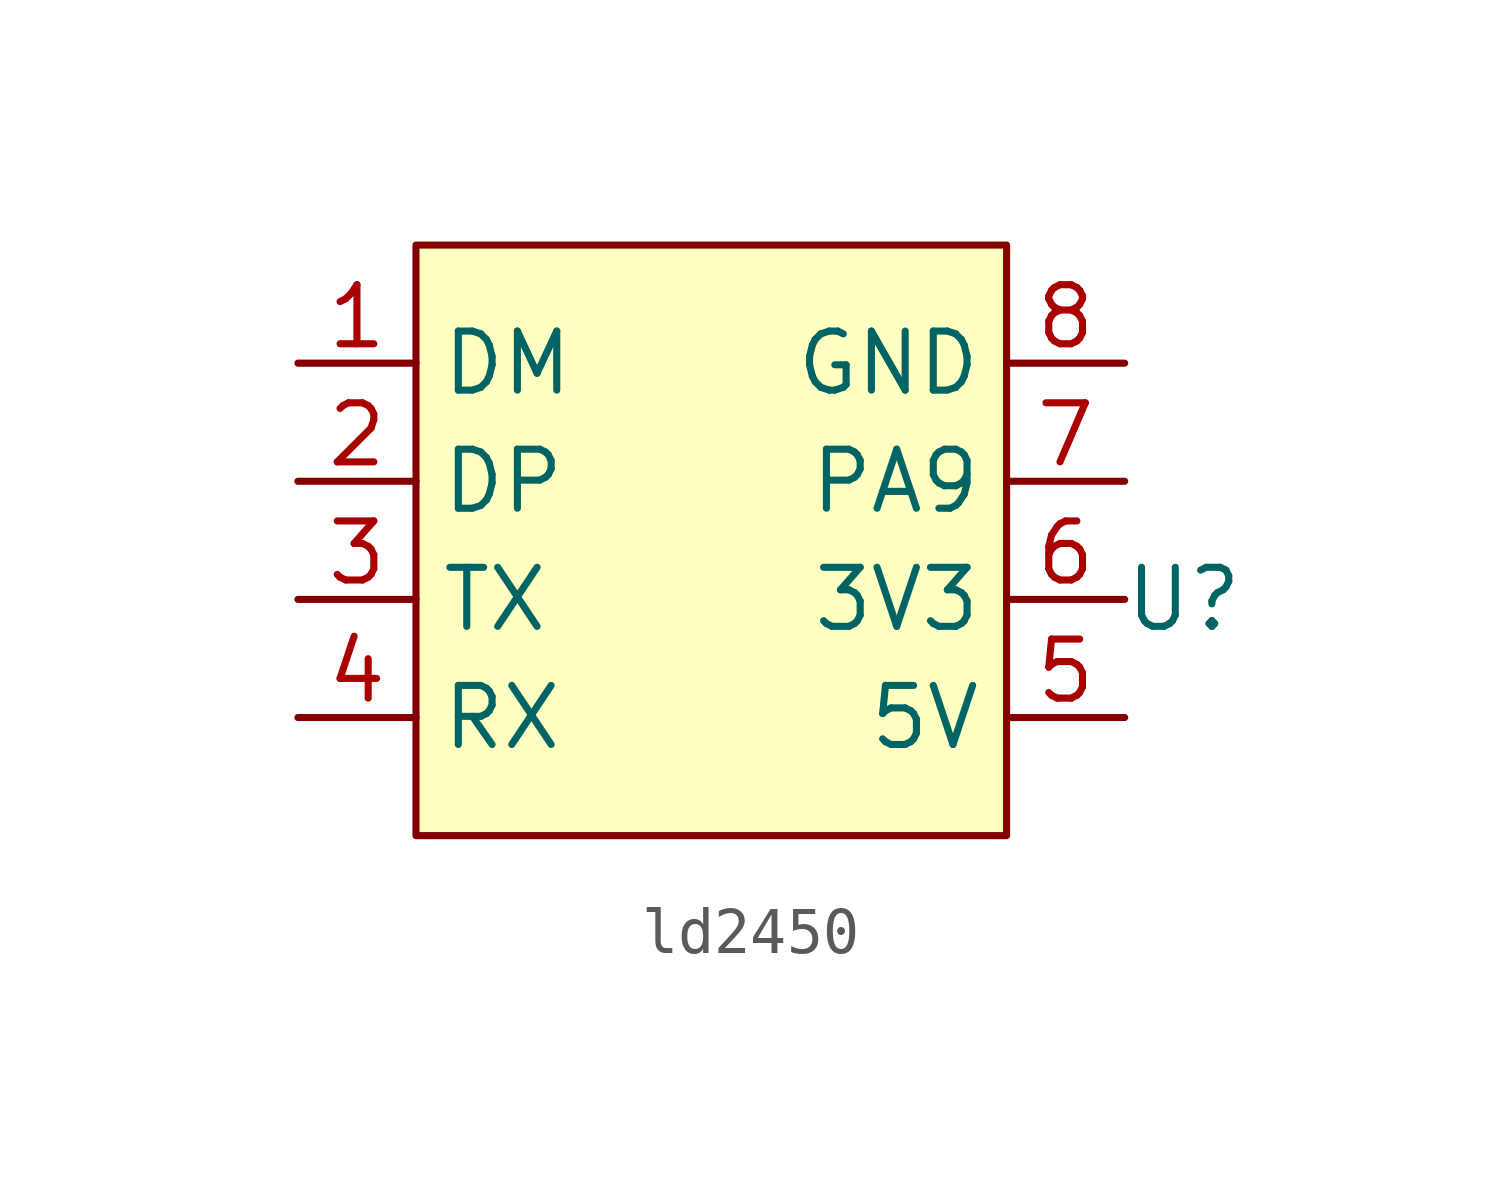
<source format=kicad_sym>
(kicad_symbol_lib
  (version 20220914)
  (generator kicad_symbol_editor)
  (symbol "ld2450"
    (property "Reference" "U"
      (at 10.16 -1.27 0)
      (effects (font (size 1.27 1.27))))
    (property "Value" ""
      (at 10.16 -1.27 0)
      (effects (font (size 1.27 1.27))))
    (symbol "ld2450_1_1"
      (rectangle (start -6.35 6.35) (end 6.35 -6.35) (stroke (width 0) (type default)) (fill (type background)))
      (pin bidirectional line (at -8.89 3.81 0) (length 2.54) (name "DM" (effects (font (size 1.27 1.27)))) (number "1" (effects (font (size 1.27 1.27)))))
      (pin bidirectional line (at -8.89 1.27 0) (length 2.54) (name "DP" (effects (font (size 1.27 1.27)))) (number "2" (effects (font (size 1.27 1.27)))))
      (pin output line (at -8.89 -1.27 0) (length 2.54) (name "TX" (effects (font (size 1.27 1.27)))) (number "3" (effects (font (size 1.27 1.27)))))
      (pin input line (at -8.89 -3.81 0) (length 2.54) (name "RX" (effects (font (size 1.27 1.27)))) (number "4" (effects (font (size 1.27 1.27)))))
      (pin power_in line (at 8.89 -3.81 180) (length 2.54) (name "5V" (effects (font (size 1.27 1.27)))) (number "5" (effects (font (size 1.27 1.27)))))
      (pin power_out line (at 8.89 -1.27 180) (length 2.54) (name "3V3" (effects (font (size 1.27 1.27)))) (number "6" (effects (font (size 1.27 1.27)))))
      (pin bidirectional line (at 8.89 1.27 180) (length 2.54) (name "PA9" (effects (font (size 1.27 1.27)))) (number "7" (effects (font (size 1.27 1.27)))))
      (pin power_in line (at 8.89 3.81 180) (length 2.54) (name "GND" (effects (font (size 1.27 1.27)))) (number "8" (effects (font (size 1.27 1.27))))))))
</source>
